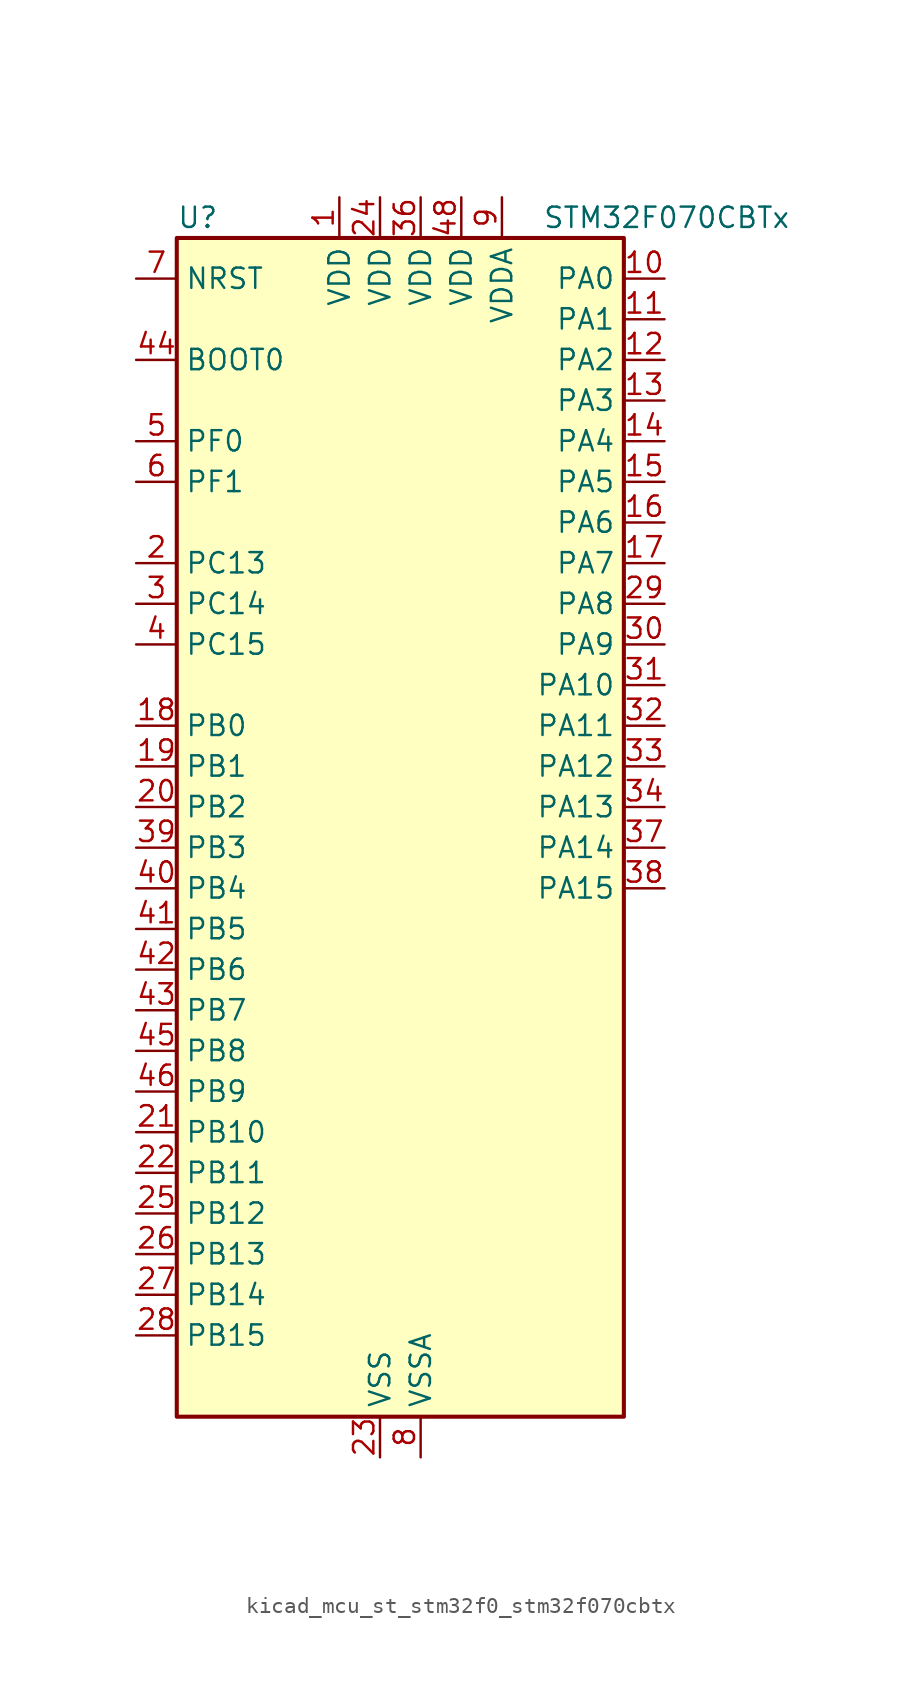
<source format=kicad_sym>
(kicad_symbol_lib
  (version 20220914)
  (generator kicad_symbol_editor)
  (symbol "kicad_mcu_st_stm32f0_stm32f070cbtx"
    (property "Reference" "U"
      (at -12.7 39.37 0)
      (effects (font (size 1.27 1.27)) (justify left)))
    (property "Value" "STM32F070CBTx"
      (at 10.16 39.37 0)
      (effects (font (size 1.27 1.27)) (justify left)))
    (property "ki_locked" ""
      (at 0 0 0)
      (effects (font (size 1.27 1.27))))
    (symbol "kicad_mcu_st_stm32f0_stm32f070cbtx_0_1"
      (rectangle (start -12.7 -35.56) (end 15.24 38.1) (stroke (width 0.254) (type default)) (fill (type background))))
    (symbol "kicad_mcu_st_stm32f0_stm32f070cbtx_1_1"
      (pin power_in line (at -2.54 40.64 270) (length 2.54) (name "VDD" (effects (font (size 1.27 1.27)))) (number "1" (effects (font (size 1.27 1.27)))))
      (pin bidirectional line (at 17.78 35.56 180) (length 2.54) (name "PA0" (effects (font (size 1.27 1.27)))) (number "10" (effects (font (size 1.27 1.27)))) (alternate "ADC_IN0" bidirectional line) (alternate "RTC_TAMP2" bidirectional line) (alternate "SYS_WKUP1" bidirectional line) (alternate "USART2_CTS" bidirectional line) (alternate "USART4_TX" bidirectional line))
      (pin bidirectional line (at 17.78 33.02 180) (length 2.54) (name "PA1" (effects (font (size 1.27 1.27)))) (number "11" (effects (font (size 1.27 1.27)))) (alternate "ADC_IN1" bidirectional line) (alternate "TIM15_CH1N" bidirectional line) (alternate "USART2_DE" bidirectional line) (alternate "USART2_RTS" bidirectional line) (alternate "USART4_RX" bidirectional line))
      (pin bidirectional line (at 17.78 30.48 180) (length 2.54) (name "PA2" (effects (font (size 1.27 1.27)))) (number "12" (effects (font (size 1.27 1.27)))) (alternate "ADC_IN2" bidirectional line) (alternate "SYS_WKUP4" bidirectional line) (alternate "TIM15_CH1" bidirectional line) (alternate "USART2_TX" bidirectional line))
      (pin bidirectional line (at 17.78 27.94 180) (length 2.54) (name "PA3" (effects (font (size 1.27 1.27)))) (number "13" (effects (font (size 1.27 1.27)))) (alternate "ADC_IN3" bidirectional line) (alternate "TIM15_CH2" bidirectional line) (alternate "USART2_RX" bidirectional line))
      (pin bidirectional line (at 17.78 25.4 180) (length 2.54) (name "PA4" (effects (font (size 1.27 1.27)))) (number "14" (effects (font (size 1.27 1.27)))) (alternate "ADC_IN4" bidirectional line) (alternate "SPI1_NSS" bidirectional line) (alternate "TIM14_CH1" bidirectional line) (alternate "USART2_CK" bidirectional line))
      (pin bidirectional line (at 17.78 22.86 180) (length 2.54) (name "PA5" (effects (font (size 1.27 1.27)))) (number "15" (effects (font (size 1.27 1.27)))) (alternate "ADC_IN5" bidirectional line) (alternate "SPI1_SCK" bidirectional line))
      (pin bidirectional line (at 17.78 20.32 180) (length 2.54) (name "PA6" (effects (font (size 1.27 1.27)))) (number "16" (effects (font (size 1.27 1.27)))) (alternate "ADC_IN6" bidirectional line) (alternate "SPI1_MISO" bidirectional line) (alternate "TIM16_CH1" bidirectional line) (alternate "TIM1_BKIN" bidirectional line) (alternate "TIM3_CH1" bidirectional line) (alternate "USART3_CTS" bidirectional line))
      (pin bidirectional line (at 17.78 17.78 180) (length 2.54) (name "PA7" (effects (font (size 1.27 1.27)))) (number "17" (effects (font (size 1.27 1.27)))) (alternate "ADC_IN7" bidirectional line) (alternate "SPI1_MOSI" bidirectional line) (alternate "TIM14_CH1" bidirectional line) (alternate "TIM17_CH1" bidirectional line) (alternate "TIM1_CH1N" bidirectional line) (alternate "TIM3_CH2" bidirectional line))
      (pin bidirectional line (at -15.24 7.62 0) (length 2.54) (name "PB0" (effects (font (size 1.27 1.27)))) (number "18" (effects (font (size 1.27 1.27)))) (alternate "ADC_IN8" bidirectional line) (alternate "TIM1_CH2N" bidirectional line) (alternate "TIM3_CH3" bidirectional line) (alternate "USART3_CK" bidirectional line))
      (pin bidirectional line (at -15.24 5.08 0) (length 2.54) (name "PB1" (effects (font (size 1.27 1.27)))) (number "19" (effects (font (size 1.27 1.27)))) (alternate "ADC_IN9" bidirectional line) (alternate "TIM14_CH1" bidirectional line) (alternate "TIM1_CH3N" bidirectional line) (alternate "TIM3_CH4" bidirectional line) (alternate "USART3_DE" bidirectional line) (alternate "USART3_RTS" bidirectional line))
      (pin bidirectional line (at -15.24 17.78 0) (length 2.54) (name "PC13" (effects (font (size 1.27 1.27)))) (number "2" (effects (font (size 1.27 1.27)))) (alternate "RTC_OUT_ALARM" bidirectional line) (alternate "RTC_OUT_CALIB" bidirectional line) (alternate "RTC_TAMP1" bidirectional line) (alternate "RTC_TS" bidirectional line) (alternate "SYS_WKUP2" bidirectional line))
      (pin bidirectional line (at -15.24 2.54 0) (length 2.54) (name "PB2" (effects (font (size 1.27 1.27)))) (number "20" (effects (font (size 1.27 1.27)))))
      (pin bidirectional line (at -15.24 -17.78 0) (length 2.54) (name "PB10" (effects (font (size 1.27 1.27)))) (number "21" (effects (font (size 1.27 1.27)))) (alternate "I2C2_SCL" bidirectional line) (alternate "SPI2_SCK" bidirectional line) (alternate "USART3_TX" bidirectional line))
      (pin bidirectional line (at -15.24 -20.32 0) (length 2.54) (name "PB11" (effects (font (size 1.27 1.27)))) (number "22" (effects (font (size 1.27 1.27)))) (alternate "I2C2_SDA" bidirectional line) (alternate "USART3_RX" bidirectional line))
      (pin power_in line (at 0 -38.1 90) (length 2.54) (name "VSS" (effects (font (size 1.27 1.27)))) (number "23" (effects (font (size 1.27 1.27)))))
      (pin power_in line (at 0 40.64 270) (length 2.54) (name "VDD" (effects (font (size 1.27 1.27)))) (number "24" (effects (font (size 1.27 1.27)))))
      (pin bidirectional line (at -15.24 -22.86 0) (length 2.54) (name "PB12" (effects (font (size 1.27 1.27)))) (number "25" (effects (font (size 1.27 1.27)))) (alternate "SPI2_NSS" bidirectional line) (alternate "TIM15_BKIN" bidirectional line) (alternate "TIM1_BKIN" bidirectional line) (alternate "USART3_CK" bidirectional line))
      (pin bidirectional line (at -15.24 -25.4 0) (length 2.54) (name "PB13" (effects (font (size 1.27 1.27)))) (number "26" (effects (font (size 1.27 1.27)))) (alternate "I2C2_SCL" bidirectional line) (alternate "SPI2_SCK" bidirectional line) (alternate "TIM1_CH1N" bidirectional line) (alternate "USART3_CTS" bidirectional line))
      (pin bidirectional line (at -15.24 -27.94 0) (length 2.54) (name "PB14" (effects (font (size 1.27 1.27)))) (number "27" (effects (font (size 1.27 1.27)))) (alternate "I2C2_SDA" bidirectional line) (alternate "SPI2_MISO" bidirectional line) (alternate "TIM15_CH1" bidirectional line) (alternate "TIM1_CH2N" bidirectional line) (alternate "USART3_DE" bidirectional line) (alternate "USART3_RTS" bidirectional line))
      (pin bidirectional line (at -15.24 -30.48 0) (length 2.54) (name "PB15" (effects (font (size 1.27 1.27)))) (number "28" (effects (font (size 1.27 1.27)))) (alternate "RTC_REFIN" bidirectional line) (alternate "SPI2_MOSI" bidirectional line) (alternate "SYS_WKUP7" bidirectional line) (alternate "TIM15_CH1N" bidirectional line) (alternate "TIM15_CH2" bidirectional line) (alternate "TIM1_CH3N" bidirectional line))
      (pin bidirectional line (at 17.78 15.24 180) (length 2.54) (name "PA8" (effects (font (size 1.27 1.27)))) (number "29" (effects (font (size 1.27 1.27)))) (alternate "RCC_MCO" bidirectional line) (alternate "TIM1_CH1" bidirectional line) (alternate "USART1_CK" bidirectional line))
      (pin bidirectional line (at -15.24 15.24 0) (length 2.54) (name "PC14" (effects (font (size 1.27 1.27)))) (number "3" (effects (font (size 1.27 1.27)))) (alternate "RCC_OSC32_IN" bidirectional line))
      (pin bidirectional line (at 17.78 12.7 180) (length 2.54) (name "PA9" (effects (font (size 1.27 1.27)))) (number "30" (effects (font (size 1.27 1.27)))) (alternate "TIM15_BKIN" bidirectional line) (alternate "TIM1_CH2" bidirectional line) (alternate "USART1_TX" bidirectional line))
      (pin bidirectional line (at 17.78 10.16 180) (length 2.54) (name "PA10" (effects (font (size 1.27 1.27)))) (number "31" (effects (font (size 1.27 1.27)))) (alternate "TIM17_BKIN" bidirectional line) (alternate "TIM1_CH3" bidirectional line) (alternate "USART1_RX" bidirectional line))
      (pin bidirectional line (at 17.78 7.62 180) (length 2.54) (name "PA11" (effects (font (size 1.27 1.27)))) (number "32" (effects (font (size 1.27 1.27)))) (alternate "TIM1_CH4" bidirectional line) (alternate "USART1_CTS" bidirectional line) (alternate "USB_DM" bidirectional line))
      (pin bidirectional line (at 17.78 5.08 180) (length 2.54) (name "PA12" (effects (font (size 1.27 1.27)))) (number "33" (effects (font (size 1.27 1.27)))) (alternate "TIM1_ETR" bidirectional line) (alternate "USART1_DE" bidirectional line) (alternate "USART1_RTS" bidirectional line) (alternate "USB_DP" bidirectional line))
      (pin bidirectional line (at 17.78 2.54 180) (length 2.54) (name "PA13" (effects (font (size 1.27 1.27)))) (number "34" (effects (font (size 1.27 1.27)))) (alternate "IR_OUT" bidirectional line) (alternate "SYS_SWDIO" bidirectional line) (alternate "USB_NOE" bidirectional line))
      (pin passive line (at 0 -38.1 90) (length 2.54) hide (name "VSS" (effects (font (size 1.27 1.27)))) (number "35" (effects (font (size 1.27 1.27)))))
      (pin power_in line (at 2.54 40.64 270) (length 2.54) (name "VDD" (effects (font (size 1.27 1.27)))) (number "36" (effects (font (size 1.27 1.27)))))
      (pin bidirectional line (at 17.78 0 180) (length 2.54) (name "PA14" (effects (font (size 1.27 1.27)))) (number "37" (effects (font (size 1.27 1.27)))) (alternate "SYS_SWCLK" bidirectional line) (alternate "USART2_TX" bidirectional line))
      (pin bidirectional line (at 17.78 -2.54 180) (length 2.54) (name "PA15" (effects (font (size 1.27 1.27)))) (number "38" (effects (font (size 1.27 1.27)))) (alternate "SPI1_NSS" bidirectional line) (alternate "USART2_RX" bidirectional line) (alternate "USART4_DE" bidirectional line) (alternate "USART4_RTS" bidirectional line))
      (pin bidirectional line (at -15.24 0 0) (length 2.54) (name "PB3" (effects (font (size 1.27 1.27)))) (number "39" (effects (font (size 1.27 1.27)))) (alternate "SPI1_SCK" bidirectional line))
      (pin bidirectional line (at -15.24 12.7 0) (length 2.54) (name "PC15" (effects (font (size 1.27 1.27)))) (number "4" (effects (font (size 1.27 1.27)))) (alternate "RCC_OSC32_OUT" bidirectional line))
      (pin bidirectional line (at -15.24 -2.54 0) (length 2.54) (name "PB4" (effects (font (size 1.27 1.27)))) (number "40" (effects (font (size 1.27 1.27)))) (alternate "SPI1_MISO" bidirectional line) (alternate "TIM17_BKIN" bidirectional line) (alternate "TIM3_CH1" bidirectional line))
      (pin bidirectional line (at -15.24 -5.08 0) (length 2.54) (name "PB5" (effects (font (size 1.27 1.27)))) (number "41" (effects (font (size 1.27 1.27)))) (alternate "I2C1_SMBA" bidirectional line) (alternate "SPI1_MOSI" bidirectional line) (alternate "SYS_WKUP6" bidirectional line) (alternate "TIM16_BKIN" bidirectional line) (alternate "TIM3_CH2" bidirectional line))
      (pin bidirectional line (at -15.24 -7.62 0) (length 2.54) (name "PB6" (effects (font (size 1.27 1.27)))) (number "42" (effects (font (size 1.27 1.27)))) (alternate "I2C1_SCL" bidirectional line) (alternate "TIM16_CH1N" bidirectional line) (alternate "USART1_TX" bidirectional line))
      (pin bidirectional line (at -15.24 -10.16 0) (length 2.54) (name "PB7" (effects (font (size 1.27 1.27)))) (number "43" (effects (font (size 1.27 1.27)))) (alternate "I2C1_SDA" bidirectional line) (alternate "TIM17_CH1N" bidirectional line) (alternate "USART1_RX" bidirectional line) (alternate "USART4_CTS" bidirectional line))
      (pin input line (at -15.24 30.48 0) (length 2.54) (name "BOOT0" (effects (font (size 1.27 1.27)))) (number "44" (effects (font (size 1.27 1.27)))))
      (pin bidirectional line (at -15.24 -12.7 0) (length 2.54) (name "PB8" (effects (font (size 1.27 1.27)))) (number "45" (effects (font (size 1.27 1.27)))) (alternate "I2C1_SCL" bidirectional line) (alternate "TIM16_CH1" bidirectional line))
      (pin bidirectional line (at -15.24 -15.24 0) (length 2.54) (name "PB9" (effects (font (size 1.27 1.27)))) (number "46" (effects (font (size 1.27 1.27)))) (alternate "I2C1_SDA" bidirectional line) (alternate "IR_OUT" bidirectional line) (alternate "SPI2_NSS" bidirectional line) (alternate "TIM17_CH1" bidirectional line))
      (pin passive line (at 0 -38.1 90) (length 2.54) hide (name "VSS" (effects (font (size 1.27 1.27)))) (number "47" (effects (font (size 1.27 1.27)))))
      (pin power_in line (at 5.08 40.64 270) (length 2.54) (name "VDD" (effects (font (size 1.27 1.27)))) (number "48" (effects (font (size 1.27 1.27)))))
      (pin bidirectional line (at -15.24 25.4 0) (length 2.54) (name "PF0" (effects (font (size 1.27 1.27)))) (number "5" (effects (font (size 1.27 1.27)))) (alternate "RCC_OSC_IN" bidirectional line))
      (pin bidirectional line (at -15.24 22.86 0) (length 2.54) (name "PF1" (effects (font (size 1.27 1.27)))) (number "6" (effects (font (size 1.27 1.27)))) (alternate "RCC_OSC_OUT" bidirectional line))
      (pin input line (at -15.24 35.56 0) (length 2.54) (name "NRST" (effects (font (size 1.27 1.27)))) (number "7" (effects (font (size 1.27 1.27)))))
      (pin power_in line (at 2.54 -38.1 90) (length 2.54) (name "VSSA" (effects (font (size 1.27 1.27)))) (number "8" (effects (font (size 1.27 1.27)))))
      (pin power_in line (at 7.62 40.64 270) (length 2.54) (name "VDDA" (effects (font (size 1.27 1.27)))) (number "9" (effects (font (size 1.27 1.27))))))))
</source>
